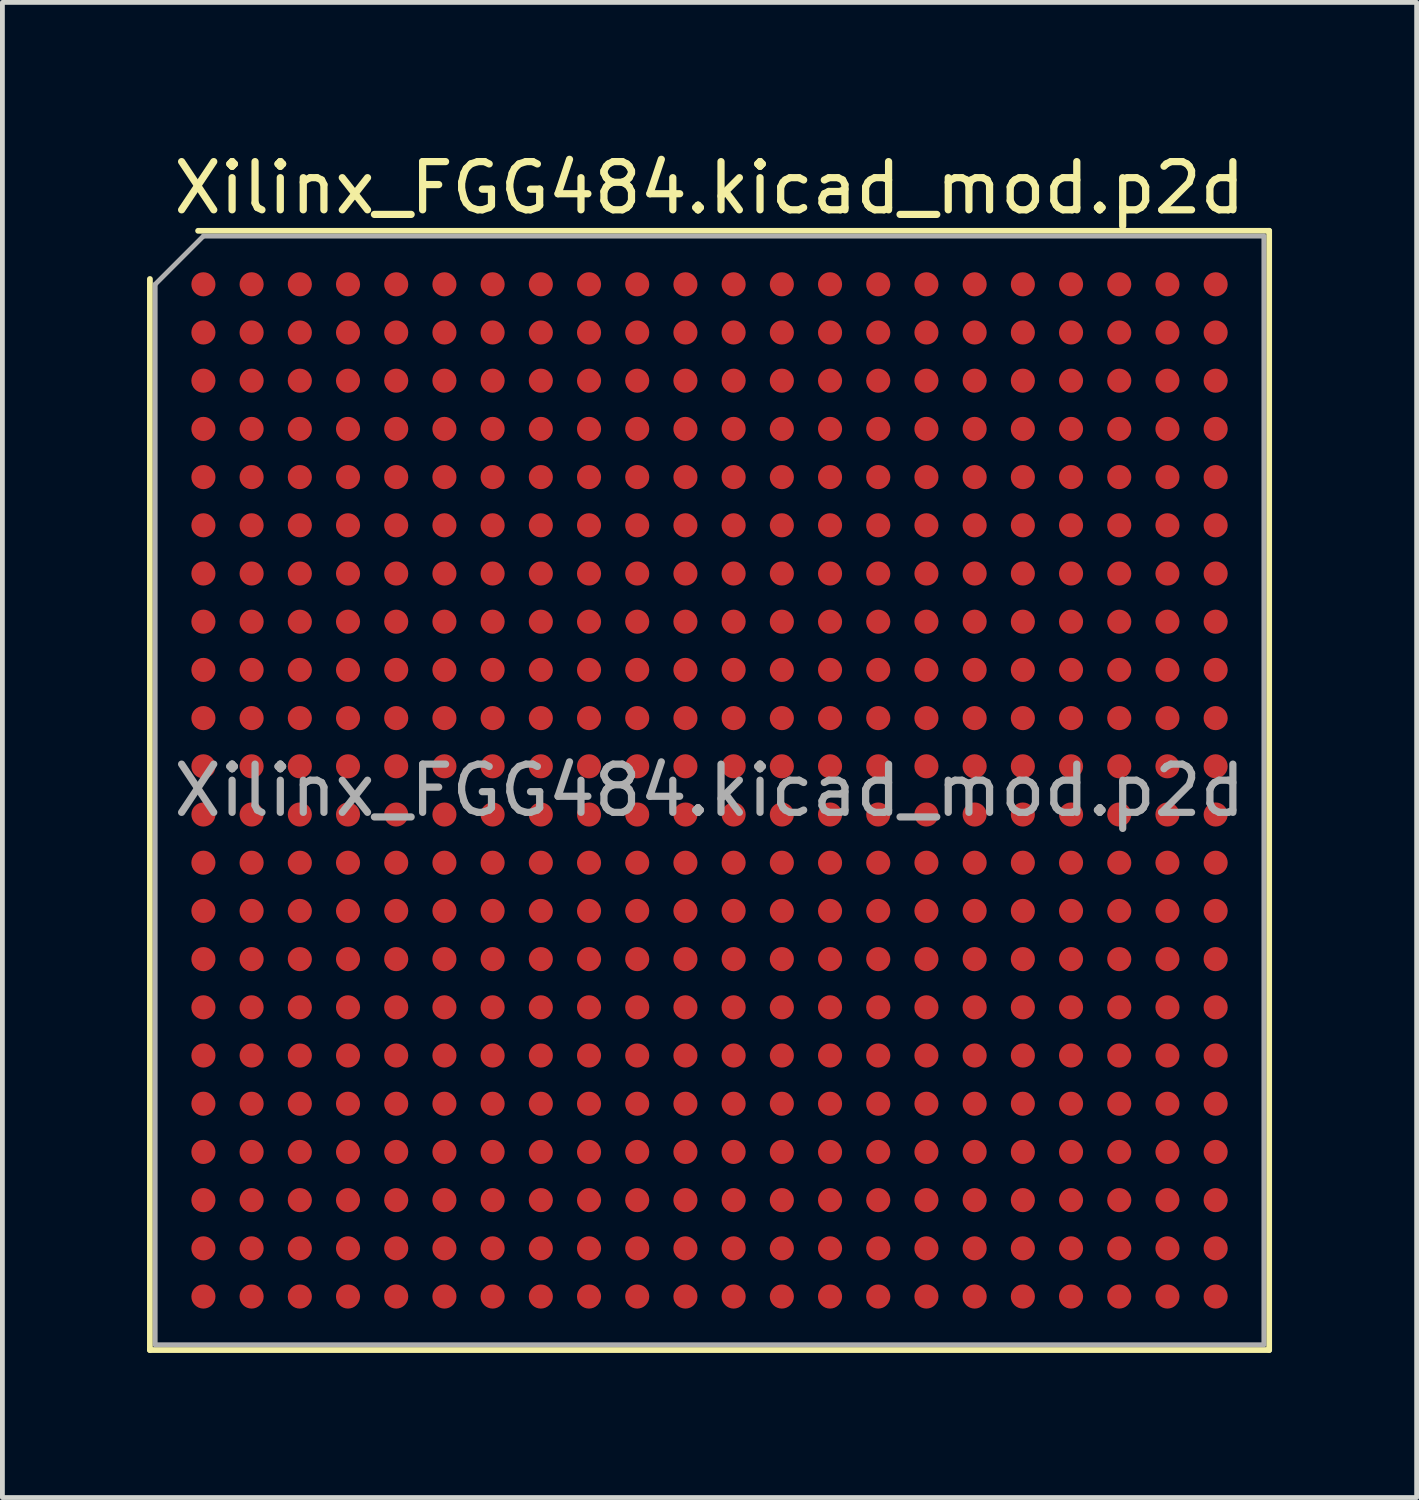
<source format=kicad_pcb>
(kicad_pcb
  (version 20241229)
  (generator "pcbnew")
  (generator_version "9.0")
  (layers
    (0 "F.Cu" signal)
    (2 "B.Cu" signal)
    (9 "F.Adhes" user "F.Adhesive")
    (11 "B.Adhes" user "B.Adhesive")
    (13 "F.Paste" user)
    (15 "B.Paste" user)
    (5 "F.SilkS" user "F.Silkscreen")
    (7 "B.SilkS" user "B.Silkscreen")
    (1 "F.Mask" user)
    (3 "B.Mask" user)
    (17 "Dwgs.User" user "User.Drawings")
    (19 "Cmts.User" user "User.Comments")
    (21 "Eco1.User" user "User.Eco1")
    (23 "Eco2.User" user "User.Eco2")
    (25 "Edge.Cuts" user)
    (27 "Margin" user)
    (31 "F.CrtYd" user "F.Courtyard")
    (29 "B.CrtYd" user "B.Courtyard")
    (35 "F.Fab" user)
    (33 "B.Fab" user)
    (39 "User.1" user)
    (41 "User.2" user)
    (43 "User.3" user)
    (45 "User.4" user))
  (footprint "Xilinx_FGG484.kicad_mod.p2d"
    (layer "F.Cu")
    (at 11.67 13.348)
    (property "Reference" "Xilinx_FGG484.kicad_mod.p2d" (at 0 -12.5 0) (layer "F.SilkS") (effects (font (size 1 1) (thickness 0.15))))
    (attr smd)
    (fp_line (start -11.61 11.61) (end -11.61 -10.61) (stroke (width 0.12) (type solid)) (layer "F.SilkS"))
    (fp_line (start -10.61 -11.61) (end 11.61 -11.61) (stroke (width 0.12) (type solid)) (layer "F.SilkS"))
    (fp_line (start 11.61 -11.61) (end 11.61 11.61) (stroke (width 0.12) (type solid)) (layer "F.SilkS"))
    (fp_line (start 11.61 11.61) (end -11.61 11.61) (stroke (width 0.12) (type solid)) (layer "F.SilkS"))
    (fp_line (start -11.5 -10.5) (end -10.5 -11.5) (stroke (width 0.1) (type solid)) (layer "F.Fab"))
    (fp_line (start -11.5 11.5) (end -11.5 -10.5) (stroke (width 0.1) (type solid)) (layer "F.Fab"))
    (fp_line (start -10.5 -11.5) (end 11.5 -11.5) (stroke (width 0.1) (type solid)) (layer "F.Fab"))
    (fp_line (start 11.5 -11.5) (end 11.5 11.5) (stroke (width 0.1) (type solid)) (layer "F.Fab"))
    (fp_line (start 11.5 11.5) (end -11.5 11.5) (stroke (width 0.1) (type solid)) (layer "F.Fab"))
    (fp_text user "${REFERENCE}" (at 0 0 0) (layer "F.Fab") (effects (font (size 1 1) (thickness 0.15))))
    (pad "A1" smd circle (at -10.5 -10.5) (size 0.5 0.5) (layers "F.Cu" "F.Mask" "F.Paste"))
    (pad "A2" smd circle (at -9.5 -10.5) (size 0.5 0.5) (layers "F.Cu" "F.Mask" "F.Paste"))
    (pad "A3" smd circle (at -8.5 -10.5) (size 0.5 0.5) (layers "F.Cu" "F.Mask" "F.Paste"))
    (pad "A4" smd circle (at -7.5 -10.5) (size 0.5 0.5) (layers "F.Cu" "F.Mask" "F.Paste"))
    (pad "A5" smd circle (at -6.5 -10.5) (size 0.5 0.5) (layers "F.Cu" "F.Mask" "F.Paste"))
    (pad "A6" smd circle (at -5.5 -10.5) (size 0.5 0.5) (layers "F.Cu" "F.Mask" "F.Paste"))
    (pad "A7" smd circle (at -4.5 -10.5) (size 0.5 0.5) (layers "F.Cu" "F.Mask" "F.Paste"))
    (pad "A8" smd circle (at -3.5 -10.5) (size 0.5 0.5) (layers "F.Cu" "F.Mask" "F.Paste"))
    (pad "A9" smd circle (at -2.5 -10.5) (size 0.5 0.5) (layers "F.Cu" "F.Mask" "F.Paste"))
    (pad "A10" smd circle (at -1.5 -10.5) (size 0.5 0.5) (layers "F.Cu" "F.Mask" "F.Paste"))
    (pad "A11" smd circle (at -0.5 -10.5) (size 0.5 0.5) (layers "F.Cu" "F.Mask" "F.Paste"))
    (pad "A12" smd circle (at 0.5 -10.5) (size 0.5 0.5) (layers "F.Cu" "F.Mask" "F.Paste"))
    (pad "A13" smd circle (at 1.5 -10.5) (size 0.5 0.5) (layers "F.Cu" "F.Mask" "F.Paste"))
    (pad "A14" smd circle (at 2.5 -10.5) (size 0.5 0.5) (layers "F.Cu" "F.Mask" "F.Paste"))
    (pad "A15" smd circle (at 3.5 -10.5) (size 0.5 0.5) (layers "F.Cu" "F.Mask" "F.Paste"))
    (pad "A16" smd circle (at 4.5 -10.5) (size 0.5 0.5) (layers "F.Cu" "F.Mask" "F.Paste"))
    (pad "A17" smd circle (at 5.5 -10.5) (size 0.5 0.5) (layers "F.Cu" "F.Mask" "F.Paste"))
    (pad "A18" smd circle (at 6.5 -10.5) (size 0.5 0.5) (layers "F.Cu" "F.Mask" "F.Paste"))
    (pad "A19" smd circle (at 7.5 -10.5) (size 0.5 0.5) (layers "F.Cu" "F.Mask" "F.Paste"))
    (pad "A20" smd circle (at 8.5 -10.5) (size 0.5 0.5) (layers "F.Cu" "F.Mask" "F.Paste"))
    (pad "A21" smd circle (at 9.5 -10.5) (size 0.5 0.5) (layers "F.Cu" "F.Mask" "F.Paste"))
    (pad "A22" smd circle (at 10.5 -10.5) (size 0.5 0.5) (layers "F.Cu" "F.Mask" "F.Paste"))
    (pad "AA1" smd circle (at -10.5 9.5) (size 0.5 0.5) (layers "F.Cu" "F.Mask" "F.Paste"))
    (pad "AA2" smd circle (at -9.5 9.5) (size 0.5 0.5) (layers "F.Cu" "F.Mask" "F.Paste"))
    (pad "AA3" smd circle (at -8.5 9.5) (size 0.5 0.5) (layers "F.Cu" "F.Mask" "F.Paste"))
    (pad "AA4" smd circle (at -7.5 9.5) (size 0.5 0.5) (layers "F.Cu" "F.Mask" "F.Paste"))
    (pad "AA5" smd circle (at -6.5 9.5) (size 0.5 0.5) (layers "F.Cu" "F.Mask" "F.Paste"))
    (pad "AA6" smd circle (at -5.5 9.5) (size 0.5 0.5) (layers "F.Cu" "F.Mask" "F.Paste"))
    (pad "AA7" smd circle (at -4.5 9.5) (size 0.5 0.5) (layers "F.Cu" "F.Mask" "F.Paste"))
    (pad "AA8" smd circle (at -3.5 9.5) (size 0.5 0.5) (layers "F.Cu" "F.Mask" "F.Paste"))
    (pad "AA9" smd circle (at -2.5 9.5) (size 0.5 0.5) (layers "F.Cu" "F.Mask" "F.Paste"))
    (pad "AA10" smd circle (at -1.5 9.5) (size 0.5 0.5) (layers "F.Cu" "F.Mask" "F.Paste"))
    (pad "AA11" smd circle (at -0.5 9.5) (size 0.5 0.5) (layers "F.Cu" "F.Mask" "F.Paste"))
    (pad "AA12" smd circle (at 0.5 9.5) (size 0.5 0.5) (layers "F.Cu" "F.Mask" "F.Paste"))
    (pad "AA13" smd circle (at 1.5 9.5) (size 0.5 0.5) (layers "F.Cu" "F.Mask" "F.Paste"))
    (pad "AA14" smd circle (at 2.5 9.5) (size 0.5 0.5) (layers "F.Cu" "F.Mask" "F.Paste"))
    (pad "AA15" smd circle (at 3.5 9.5) (size 0.5 0.5) (layers "F.Cu" "F.Mask" "F.Paste"))
    (pad "AA16" smd circle (at 4.5 9.5) (size 0.5 0.5) (layers "F.Cu" "F.Mask" "F.Paste"))
    (pad "AA17" smd circle (at 5.5 9.5) (size 0.5 0.5) (layers "F.Cu" "F.Mask" "F.Paste"))
    (pad "AA18" smd circle (at 6.5 9.5) (size 0.5 0.5) (layers "F.Cu" "F.Mask" "F.Paste"))
    (pad "AA19" smd circle (at 7.5 9.5) (size 0.5 0.5) (layers "F.Cu" "F.Mask" "F.Paste"))
    (pad "AA20" smd circle (at 8.5 9.5) (size 0.5 0.5) (layers "F.Cu" "F.Mask" "F.Paste"))
    (pad "AA21" smd circle (at 9.5 9.5) (size 0.5 0.5) (layers "F.Cu" "F.Mask" "F.Paste"))
    (pad "AA22" smd circle (at 10.5 9.5) (size 0.5 0.5) (layers "F.Cu" "F.Mask" "F.Paste"))
    (pad "AB1" smd circle (at -10.5 10.5) (size 0.5 0.5) (layers "F.Cu" "F.Mask" "F.Paste"))
    (pad "AB2" smd circle (at -9.5 10.5) (size 0.5 0.5) (layers "F.Cu" "F.Mask" "F.Paste"))
    (pad "AB3" smd circle (at -8.5 10.5) (size 0.5 0.5) (layers "F.Cu" "F.Mask" "F.Paste"))
    (pad "AB4" smd circle (at -7.5 10.5) (size 0.5 0.5) (layers "F.Cu" "F.Mask" "F.Paste"))
    (pad "AB5" smd circle (at -6.5 10.5) (size 0.5 0.5) (layers "F.Cu" "F.Mask" "F.Paste"))
    (pad "AB6" smd circle (at -5.5 10.5) (size 0.5 0.5) (layers "F.Cu" "F.Mask" "F.Paste"))
    (pad "AB7" smd circle (at -4.5 10.5) (size 0.5 0.5) (layers "F.Cu" "F.Mask" "F.Paste"))
    (pad "AB8" smd circle (at -3.5 10.5) (size 0.5 0.5) (layers "F.Cu" "F.Mask" "F.Paste"))
    (pad "AB9" smd circle (at -2.5 10.5) (size 0.5 0.5) (layers "F.Cu" "F.Mask" "F.Paste"))
    (pad "AB10" smd circle (at -1.5 10.5) (size 0.5 0.5) (layers "F.Cu" "F.Mask" "F.Paste"))
    (pad "AB11" smd circle (at -0.5 10.5) (size 0.5 0.5) (layers "F.Cu" "F.Mask" "F.Paste"))
    (pad "AB12" smd circle (at 0.5 10.5) (size 0.5 0.5) (layers "F.Cu" "F.Mask" "F.Paste"))
    (pad "AB13" smd circle (at 1.5 10.5) (size 0.5 0.5) (layers "F.Cu" "F.Mask" "F.Paste"))
    (pad "AB14" smd circle (at 2.5 10.5) (size 0.5 0.5) (layers "F.Cu" "F.Mask" "F.Paste"))
    (pad "AB15" smd circle (at 3.5 10.5) (size 0.5 0.5) (layers "F.Cu" "F.Mask" "F.Paste"))
    (pad "AB16" smd circle (at 4.5 10.5) (size 0.5 0.5) (layers "F.Cu" "F.Mask" "F.Paste"))
    (pad "AB17" smd circle (at 5.5 10.5) (size 0.5 0.5) (layers "F.Cu" "F.Mask" "F.Paste"))
    (pad "AB18" smd circle (at 6.5 10.5) (size 0.5 0.5) (layers "F.Cu" "F.Mask" "F.Paste"))
    (pad "AB19" smd circle (at 7.5 10.5) (size 0.5 0.5) (layers "F.Cu" "F.Mask" "F.Paste"))
    (pad "AB20" smd circle (at 8.5 10.5) (size 0.5 0.5) (layers "F.Cu" "F.Mask" "F.Paste"))
    (pad "AB21" smd circle (at 9.5 10.5) (size 0.5 0.5) (layers "F.Cu" "F.Mask" "F.Paste"))
    (pad "AB22" smd circle (at 10.5 10.5) (size 0.5 0.5) (layers "F.Cu" "F.Mask" "F.Paste"))
    (pad "B1" smd circle (at -10.5 -9.5) (size 0.5 0.5) (layers "F.Cu" "F.Mask" "F.Paste"))
    (pad "B2" smd circle (at -9.5 -9.5) (size 0.5 0.5) (layers "F.Cu" "F.Mask" "F.Paste"))
    (pad "B3" smd circle (at -8.5 -9.5) (size 0.5 0.5) (layers "F.Cu" "F.Mask" "F.Paste"))
    (pad "B4" smd circle (at -7.5 -9.5) (size 0.5 0.5) (layers "F.Cu" "F.Mask" "F.Paste"))
    (pad "B5" smd circle (at -6.5 -9.5) (size 0.5 0.5) (layers "F.Cu" "F.Mask" "F.Paste"))
    (pad "B6" smd circle (at -5.5 -9.5) (size 0.5 0.5) (layers "F.Cu" "F.Mask" "F.Paste"))
    (pad "B7" smd circle (at -4.5 -9.5) (size 0.5 0.5) (layers "F.Cu" "F.Mask" "F.Paste"))
    (pad "B8" smd circle (at -3.5 -9.5) (size 0.5 0.5) (layers "F.Cu" "F.Mask" "F.Paste"))
    (pad "B9" smd circle (at -2.5 -9.5) (size 0.5 0.5) (layers "F.Cu" "F.Mask" "F.Paste"))
    (pad "B10" smd circle (at -1.5 -9.5) (size 0.5 0.5) (layers "F.Cu" "F.Mask" "F.Paste"))
    (pad "B11" smd circle (at -0.5 -9.5) (size 0.5 0.5) (layers "F.Cu" "F.Mask" "F.Paste"))
    (pad "B12" smd circle (at 0.5 -9.5) (size 0.5 0.5) (layers "F.Cu" "F.Mask" "F.Paste"))
    (pad "B13" smd circle (at 1.5 -9.5) (size 0.5 0.5) (layers "F.Cu" "F.Mask" "F.Paste"))
    (pad "B14" smd circle (at 2.5 -9.5) (size 0.5 0.5) (layers "F.Cu" "F.Mask" "F.Paste"))
    (pad "B15" smd circle (at 3.5 -9.5) (size 0.5 0.5) (layers "F.Cu" "F.Mask" "F.Paste"))
    (pad "B16" smd circle (at 4.5 -9.5) (size 0.5 0.5) (layers "F.Cu" "F.Mask" "F.Paste"))
    (pad "B17" smd circle (at 5.5 -9.5) (size 0.5 0.5) (layers "F.Cu" "F.Mask" "F.Paste"))
    (pad "B18" smd circle (at 6.5 -9.5) (size 0.5 0.5) (layers "F.Cu" "F.Mask" "F.Paste"))
    (pad "B19" smd circle (at 7.5 -9.5) (size 0.5 0.5) (layers "F.Cu" "F.Mask" "F.Paste"))
    (pad "B20" smd circle (at 8.5 -9.5) (size 0.5 0.5) (layers "F.Cu" "F.Mask" "F.Paste"))
    (pad "B21" smd circle (at 9.5 -9.5) (size 0.5 0.5) (layers "F.Cu" "F.Mask" "F.Paste"))
    (pad "B22" smd circle (at 10.5 -9.5) (size 0.5 0.5) (layers "F.Cu" "F.Mask" "F.Paste"))
    (pad "C1" smd circle (at -10.5 -8.5) (size 0.5 0.5) (layers "F.Cu" "F.Mask" "F.Paste"))
    (pad "C2" smd circle (at -9.5 -8.5) (size 0.5 0.5) (layers "F.Cu" "F.Mask" "F.Paste"))
    (pad "C3" smd circle (at -8.5 -8.5) (size 0.5 0.5) (layers "F.Cu" "F.Mask" "F.Paste"))
    (pad "C4" smd circle (at -7.5 -8.5) (size 0.5 0.5) (layers "F.Cu" "F.Mask" "F.Paste"))
    (pad "C5" smd circle (at -6.5 -8.5) (size 0.5 0.5) (layers "F.Cu" "F.Mask" "F.Paste"))
    (pad "C6" smd circle (at -5.5 -8.5) (size 0.5 0.5) (layers "F.Cu" "F.Mask" "F.Paste"))
    (pad "C7" smd circle (at -4.5 -8.5) (size 0.5 0.5) (layers "F.Cu" "F.Mask" "F.Paste"))
    (pad "C8" smd circle (at -3.5 -8.5) (size 0.5 0.5) (layers "F.Cu" "F.Mask" "F.Paste"))
    (pad "C9" smd circle (at -2.5 -8.5) (size 0.5 0.5) (layers "F.Cu" "F.Mask" "F.Paste"))
    (pad "C10" smd circle (at -1.5 -8.5) (size 0.5 0.5) (layers "F.Cu" "F.Mask" "F.Paste"))
    (pad "C11" smd circle (at -0.5 -8.5) (size 0.5 0.5) (layers "F.Cu" "F.Mask" "F.Paste"))
    (pad "C12" smd circle (at 0.5 -8.5) (size 0.5 0.5) (layers "F.Cu" "F.Mask" "F.Paste"))
    (pad "C13" smd circle (at 1.5 -8.5) (size 0.5 0.5) (layers "F.Cu" "F.Mask" "F.Paste"))
    (pad "C14" smd circle (at 2.5 -8.5) (size 0.5 0.5) (layers "F.Cu" "F.Mask" "F.Paste"))
    (pad "C15" smd circle (at 3.5 -8.5) (size 0.5 0.5) (layers "F.Cu" "F.Mask" "F.Paste"))
    (pad "C16" smd circle (at 4.5 -8.5) (size 0.5 0.5) (layers "F.Cu" "F.Mask" "F.Paste"))
    (pad "C17" smd circle (at 5.5 -8.5) (size 0.5 0.5) (layers "F.Cu" "F.Mask" "F.Paste"))
    (pad "C18" smd circle (at 6.5 -8.5) (size 0.5 0.5) (layers "F.Cu" "F.Mask" "F.Paste"))
    (pad "C19" smd circle (at 7.5 -8.5) (size 0.5 0.5) (layers "F.Cu" "F.Mask" "F.Paste"))
    (pad "C20" smd circle (at 8.5 -8.5) (size 0.5 0.5) (layers "F.Cu" "F.Mask" "F.Paste"))
    (pad "C21" smd circle (at 9.5 -8.5) (size 0.5 0.5) (layers "F.Cu" "F.Mask" "F.Paste"))
    (pad "C22" smd circle (at 10.5 -8.5) (size 0.5 0.5) (layers "F.Cu" "F.Mask" "F.Paste"))
    (pad "D1" smd circle (at -10.5 -7.5) (size 0.5 0.5) (layers "F.Cu" "F.Mask" "F.Paste"))
    (pad "D2" smd circle (at -9.5 -7.5) (size 0.5 0.5) (layers "F.Cu" "F.Mask" "F.Paste"))
    (pad "D3" smd circle (at -8.5 -7.5) (size 0.5 0.5) (layers "F.Cu" "F.Mask" "F.Paste"))
    (pad "D4" smd circle (at -7.5 -7.5) (size 0.5 0.5) (layers "F.Cu" "F.Mask" "F.Paste"))
    (pad "D5" smd circle (at -6.5 -7.5) (size 0.5 0.5) (layers "F.Cu" "F.Mask" "F.Paste"))
    (pad "D6" smd circle (at -5.5 -7.5) (size 0.5 0.5) (layers "F.Cu" "F.Mask" "F.Paste"))
    (pad "D7" smd circle (at -4.5 -7.5) (size 0.5 0.5) (layers "F.Cu" "F.Mask" "F.Paste"))
    (pad "D8" smd circle (at -3.5 -7.5) (size 0.5 0.5) (layers "F.Cu" "F.Mask" "F.Paste"))
    (pad "D9" smd circle (at -2.5 -7.5) (size 0.5 0.5) (layers "F.Cu" "F.Mask" "F.Paste"))
    (pad "D10" smd circle (at -1.5 -7.5) (size 0.5 0.5) (layers "F.Cu" "F.Mask" "F.Paste"))
    (pad "D11" smd circle (at -0.5 -7.5) (size 0.5 0.5) (layers "F.Cu" "F.Mask" "F.Paste"))
    (pad "D12" smd circle (at 0.5 -7.5) (size 0.5 0.5) (layers "F.Cu" "F.Mask" "F.Paste"))
    (pad "D13" smd circle (at 1.5 -7.5) (size 0.5 0.5) (layers "F.Cu" "F.Mask" "F.Paste"))
    (pad "D14" smd circle (at 2.5 -7.5) (size 0.5 0.5) (layers "F.Cu" "F.Mask" "F.Paste"))
    (pad "D15" smd circle (at 3.5 -7.5) (size 0.5 0.5) (layers "F.Cu" "F.Mask" "F.Paste"))
    (pad "D16" smd circle (at 4.5 -7.5) (size 0.5 0.5) (layers "F.Cu" "F.Mask" "F.Paste"))
    (pad "D17" smd circle (at 5.5 -7.5) (size 0.5 0.5) (layers "F.Cu" "F.Mask" "F.Paste"))
    (pad "D18" smd circle (at 6.5 -7.5) (size 0.5 0.5) (layers "F.Cu" "F.Mask" "F.Paste"))
    (pad "D19" smd circle (at 7.5 -7.5) (size 0.5 0.5) (layers "F.Cu" "F.Mask" "F.Paste"))
    (pad "D20" smd circle (at 8.5 -7.5) (size 0.5 0.5) (layers "F.Cu" "F.Mask" "F.Paste"))
    (pad "D21" smd circle (at 9.5 -7.5) (size 0.5 0.5) (layers "F.Cu" "F.Mask" "F.Paste"))
    (pad "D22" smd circle (at 10.5 -7.5) (size 0.5 0.5) (layers "F.Cu" "F.Mask" "F.Paste"))
    (pad "E1" smd circle (at -10.5 -6.5) (size 0.5 0.5) (layers "F.Cu" "F.Mask" "F.Paste"))
    (pad "E2" smd circle (at -9.5 -6.5) (size 0.5 0.5) (layers "F.Cu" "F.Mask" "F.Paste"))
    (pad "E3" smd circle (at -8.5 -6.5) (size 0.5 0.5) (layers "F.Cu" "F.Mask" "F.Paste"))
    (pad "E4" smd circle (at -7.5 -6.5) (size 0.5 0.5) (layers "F.Cu" "F.Mask" "F.Paste"))
    (pad "E5" smd circle (at -6.5 -6.5) (size 0.5 0.5) (layers "F.Cu" "F.Mask" "F.Paste"))
    (pad "E6" smd circle (at -5.5 -6.5) (size 0.5 0.5) (layers "F.Cu" "F.Mask" "F.Paste"))
    (pad "E7" smd circle (at -4.5 -6.5) (size 0.5 0.5) (layers "F.Cu" "F.Mask" "F.Paste"))
    (pad "E8" smd circle (at -3.5 -6.5) (size 0.5 0.5) (layers "F.Cu" "F.Mask" "F.Paste"))
    (pad "E9" smd circle (at -2.5 -6.5) (size 0.5 0.5) (layers "F.Cu" "F.Mask" "F.Paste"))
    (pad "E10" smd circle (at -1.5 -6.5) (size 0.5 0.5) (layers "F.Cu" "F.Mask" "F.Paste"))
    (pad "E11" smd circle (at -0.5 -6.5) (size 0.5 0.5) (layers "F.Cu" "F.Mask" "F.Paste"))
    (pad "E12" smd circle (at 0.5 -6.5) (size 0.5 0.5) (layers "F.Cu" "F.Mask" "F.Paste"))
    (pad "E13" smd circle (at 1.5 -6.5) (size 0.5 0.5) (layers "F.Cu" "F.Mask" "F.Paste"))
    (pad "E14" smd circle (at 2.5 -6.5) (size 0.5 0.5) (layers "F.Cu" "F.Mask" "F.Paste"))
    (pad "E15" smd circle (at 3.5 -6.5) (size 0.5 0.5) (layers "F.Cu" "F.Mask" "F.Paste"))
    (pad "E16" smd circle (at 4.5 -6.5) (size 0.5 0.5) (layers "F.Cu" "F.Mask" "F.Paste"))
    (pad "E17" smd circle (at 5.5 -6.5) (size 0.5 0.5) (layers "F.Cu" "F.Mask" "F.Paste"))
    (pad "E18" smd circle (at 6.5 -6.5) (size 0.5 0.5) (layers "F.Cu" "F.Mask" "F.Paste"))
    (pad "E19" smd circle (at 7.5 -6.5) (size 0.5 0.5) (layers "F.Cu" "F.Mask" "F.Paste"))
    (pad "E20" smd circle (at 8.5 -6.5) (size 0.5 0.5) (layers "F.Cu" "F.Mask" "F.Paste"))
    (pad "E21" smd circle (at 9.5 -6.5) (size 0.5 0.5) (layers "F.Cu" "F.Mask" "F.Paste"))
    (pad "E22" smd circle (at 10.5 -6.5) (size 0.5 0.5) (layers "F.Cu" "F.Mask" "F.Paste"))
    (pad "F1" smd circle (at -10.5 -5.5) (size 0.5 0.5) (layers "F.Cu" "F.Mask" "F.Paste"))
    (pad "F2" smd circle (at -9.5 -5.5) (size 0.5 0.5) (layers "F.Cu" "F.Mask" "F.Paste"))
    (pad "F3" smd circle (at -8.5 -5.5) (size 0.5 0.5) (layers "F.Cu" "F.Mask" "F.Paste"))
    (pad "F4" smd circle (at -7.5 -5.5) (size 0.5 0.5) (layers "F.Cu" "F.Mask" "F.Paste"))
    (pad "F5" smd circle (at -6.5 -5.5) (size 0.5 0.5) (layers "F.Cu" "F.Mask" "F.Paste"))
    (pad "F6" smd circle (at -5.5 -5.5) (size 0.5 0.5) (layers "F.Cu" "F.Mask" "F.Paste"))
    (pad "F7" smd circle (at -4.5 -5.5) (size 0.5 0.5) (layers "F.Cu" "F.Mask" "F.Paste"))
    (pad "F8" smd circle (at -3.5 -5.5) (size 0.5 0.5) (layers "F.Cu" "F.Mask" "F.Paste"))
    (pad "F9" smd circle (at -2.5 -5.5) (size 0.5 0.5) (layers "F.Cu" "F.Mask" "F.Paste"))
    (pad "F10" smd circle (at -1.5 -5.5) (size 0.5 0.5) (layers "F.Cu" "F.Mask" "F.Paste"))
    (pad "F11" smd circle (at -0.5 -5.5) (size 0.5 0.5) (layers "F.Cu" "F.Mask" "F.Paste"))
    (pad "F12" smd circle (at 0.5 -5.5) (size 0.5 0.5) (layers "F.Cu" "F.Mask" "F.Paste"))
    (pad "F13" smd circle (at 1.5 -5.5) (size 0.5 0.5) (layers "F.Cu" "F.Mask" "F.Paste"))
    (pad "F14" smd circle (at 2.5 -5.5) (size 0.5 0.5) (layers "F.Cu" "F.Mask" "F.Paste"))
    (pad "F15" smd circle (at 3.5 -5.5) (size 0.5 0.5) (layers "F.Cu" "F.Mask" "F.Paste"))
    (pad "F16" smd circle (at 4.5 -5.5) (size 0.5 0.5) (layers "F.Cu" "F.Mask" "F.Paste"))
    (pad "F17" smd circle (at 5.5 -5.5) (size 0.5 0.5) (layers "F.Cu" "F.Mask" "F.Paste"))
    (pad "F18" smd circle (at 6.5 -5.5) (size 0.5 0.5) (layers "F.Cu" "F.Mask" "F.Paste"))
    (pad "F19" smd circle (at 7.5 -5.5) (size 0.5 0.5) (layers "F.Cu" "F.Mask" "F.Paste"))
    (pad "F20" smd circle (at 8.5 -5.5) (size 0.5 0.5) (layers "F.Cu" "F.Mask" "F.Paste"))
    (pad "F21" smd circle (at 9.5 -5.5) (size 0.5 0.5) (layers "F.Cu" "F.Mask" "F.Paste"))
    (pad "F22" smd circle (at 10.5 -5.5) (size 0.5 0.5) (layers "F.Cu" "F.Mask" "F.Paste"))
    (pad "G1" smd circle (at -10.5 -4.5) (size 0.5 0.5) (layers "F.Cu" "F.Mask" "F.Paste"))
    (pad "G2" smd circle (at -9.5 -4.5) (size 0.5 0.5) (layers "F.Cu" "F.Mask" "F.Paste"))
    (pad "G3" smd circle (at -8.5 -4.5) (size 0.5 0.5) (layers "F.Cu" "F.Mask" "F.Paste"))
    (pad "G4" smd circle (at -7.5 -4.5) (size 0.5 0.5) (layers "F.Cu" "F.Mask" "F.Paste"))
    (pad "G5" smd circle (at -6.5 -4.5) (size 0.5 0.5) (layers "F.Cu" "F.Mask" "F.Paste"))
    (pad "G6" smd circle (at -5.5 -4.5) (size 0.5 0.5) (layers "F.Cu" "F.Mask" "F.Paste"))
    (pad "G7" smd circle (at -4.5 -4.5) (size 0.5 0.5) (layers "F.Cu" "F.Mask" "F.Paste"))
    (pad "G8" smd circle (at -3.5 -4.5) (size 0.5 0.5) (layers "F.Cu" "F.Mask" "F.Paste"))
    (pad "G9" smd circle (at -2.5 -4.5) (size 0.5 0.5) (layers "F.Cu" "F.Mask" "F.Paste"))
    (pad "G10" smd circle (at -1.5 -4.5) (size 0.5 0.5) (layers "F.Cu" "F.Mask" "F.Paste"))
    (pad "G11" smd circle (at -0.5 -4.5) (size 0.5 0.5) (layers "F.Cu" "F.Mask" "F.Paste"))
    (pad "G12" smd circle (at 0.5 -4.5) (size 0.5 0.5) (layers "F.Cu" "F.Mask" "F.Paste"))
    (pad "G13" smd circle (at 1.5 -4.5) (size 0.5 0.5) (layers "F.Cu" "F.Mask" "F.Paste"))
    (pad "G14" smd circle (at 2.5 -4.5) (size 0.5 0.5) (layers "F.Cu" "F.Mask" "F.Paste"))
    (pad "G15" smd circle (at 3.5 -4.5) (size 0.5 0.5) (layers "F.Cu" "F.Mask" "F.Paste"))
    (pad "G16" smd circle (at 4.5 -4.5) (size 0.5 0.5) (layers "F.Cu" "F.Mask" "F.Paste"))
    (pad "G17" smd circle (at 5.5 -4.5) (size 0.5 0.5) (layers "F.Cu" "F.Mask" "F.Paste"))
    (pad "G18" smd circle (at 6.5 -4.5) (size 0.5 0.5) (layers "F.Cu" "F.Mask" "F.Paste"))
    (pad "G19" smd circle (at 7.5 -4.5) (size 0.5 0.5) (layers "F.Cu" "F.Mask" "F.Paste"))
    (pad "G20" smd circle (at 8.5 -4.5) (size 0.5 0.5) (layers "F.Cu" "F.Mask" "F.Paste"))
    (pad "G21" smd circle (at 9.5 -4.5) (size 0.5 0.5) (layers "F.Cu" "F.Mask" "F.Paste"))
    (pad "G22" smd circle (at 10.5 -4.5) (size 0.5 0.5) (layers "F.Cu" "F.Mask" "F.Paste"))
    (pad "H1" smd circle (at -10.5 -3.5) (size 0.5 0.5) (layers "F.Cu" "F.Mask" "F.Paste"))
    (pad "H2" smd circle (at -9.5 -3.5) (size 0.5 0.5) (layers "F.Cu" "F.Mask" "F.Paste"))
    (pad "H3" smd circle (at -8.5 -3.5) (size 0.5 0.5) (layers "F.Cu" "F.Mask" "F.Paste"))
    (pad "H4" smd circle (at -7.5 -3.5) (size 0.5 0.5) (layers "F.Cu" "F.Mask" "F.Paste"))
    (pad "H5" smd circle (at -6.5 -3.5) (size 0.5 0.5) (layers "F.Cu" "F.Mask" "F.Paste"))
    (pad "H6" smd circle (at -5.5 -3.5) (size 0.5 0.5) (layers "F.Cu" "F.Mask" "F.Paste"))
    (pad "H7" smd circle (at -4.5 -3.5) (size 0.5 0.5) (layers "F.Cu" "F.Mask" "F.Paste"))
    (pad "H8" smd circle (at -3.5 -3.5) (size 0.5 0.5) (layers "F.Cu" "F.Mask" "F.Paste"))
    (pad "H9" smd circle (at -2.5 -3.5) (size 0.5 0.5) (layers "F.Cu" "F.Mask" "F.Paste"))
    (pad "H10" smd circle (at -1.5 -3.5) (size 0.5 0.5) (layers "F.Cu" "F.Mask" "F.Paste"))
    (pad "H11" smd circle (at -0.5 -3.5) (size 0.5 0.5) (layers "F.Cu" "F.Mask" "F.Paste"))
    (pad "H12" smd circle (at 0.5 -3.5) (size 0.5 0.5) (layers "F.Cu" "F.Mask" "F.Paste"))
    (pad "H13" smd circle (at 1.5 -3.5) (size 0.5 0.5) (layers "F.Cu" "F.Mask" "F.Paste"))
    (pad "H14" smd circle (at 2.5 -3.5) (size 0.5 0.5) (layers "F.Cu" "F.Mask" "F.Paste"))
    (pad "H15" smd circle (at 3.5 -3.5) (size 0.5 0.5) (layers "F.Cu" "F.Mask" "F.Paste"))
    (pad "H16" smd circle (at 4.5 -3.5) (size 0.5 0.5) (layers "F.Cu" "F.Mask" "F.Paste"))
    (pad "H17" smd circle (at 5.5 -3.5) (size 0.5 0.5) (layers "F.Cu" "F.Mask" "F.Paste"))
    (pad "H18" smd circle (at 6.5 -3.5) (size 0.5 0.5) (layers "F.Cu" "F.Mask" "F.Paste"))
    (pad "H19" smd circle (at 7.5 -3.5) (size 0.5 0.5) (layers "F.Cu" "F.Mask" "F.Paste"))
    (pad "H20" smd circle (at 8.5 -3.5) (size 0.5 0.5) (layers "F.Cu" "F.Mask" "F.Paste"))
    (pad "H21" smd circle (at 9.5 -3.5) (size 0.5 0.5) (layers "F.Cu" "F.Mask" "F.Paste"))
    (pad "H22" smd circle (at 10.5 -3.5) (size 0.5 0.5) (layers "F.Cu" "F.Mask" "F.Paste"))
    (pad "J1" smd circle (at -10.5 -2.5) (size 0.5 0.5) (layers "F.Cu" "F.Mask" "F.Paste"))
    (pad "J2" smd circle (at -9.5 -2.5) (size 0.5 0.5) (layers "F.Cu" "F.Mask" "F.Paste"))
    (pad "J3" smd circle (at -8.5 -2.5) (size 0.5 0.5) (layers "F.Cu" "F.Mask" "F.Paste"))
    (pad "J4" smd circle (at -7.5 -2.5) (size 0.5 0.5) (layers "F.Cu" "F.Mask" "F.Paste"))
    (pad "J5" smd circle (at -6.5 -2.5) (size 0.5 0.5) (layers "F.Cu" "F.Mask" "F.Paste"))
    (pad "J6" smd circle (at -5.5 -2.5) (size 0.5 0.5) (layers "F.Cu" "F.Mask" "F.Paste"))
    (pad "J7" smd circle (at -4.5 -2.5) (size 0.5 0.5) (layers "F.Cu" "F.Mask" "F.Paste"))
    (pad "J8" smd circle (at -3.5 -2.5) (size 0.5 0.5) (layers "F.Cu" "F.Mask" "F.Paste"))
    (pad "J9" smd circle (at -2.5 -2.5) (size 0.5 0.5) (layers "F.Cu" "F.Mask" "F.Paste"))
    (pad "J10" smd circle (at -1.5 -2.5) (size 0.5 0.5) (layers "F.Cu" "F.Mask" "F.Paste"))
    (pad "J11" smd circle (at -0.5 -2.5) (size 0.5 0.5) (layers "F.Cu" "F.Mask" "F.Paste"))
    (pad "J12" smd circle (at 0.5 -2.5) (size 0.5 0.5) (layers "F.Cu" "F.Mask" "F.Paste"))
    (pad "J13" smd circle (at 1.5 -2.5) (size 0.5 0.5) (layers "F.Cu" "F.Mask" "F.Paste"))
    (pad "J14" smd circle (at 2.5 -2.5) (size 0.5 0.5) (layers "F.Cu" "F.Mask" "F.Paste"))
    (pad "J15" smd circle (at 3.5 -2.5) (size 0.5 0.5) (layers "F.Cu" "F.Mask" "F.Paste"))
    (pad "J16" smd circle (at 4.5 -2.5) (size 0.5 0.5) (layers "F.Cu" "F.Mask" "F.Paste"))
    (pad "J17" smd circle (at 5.5 -2.5) (size 0.5 0.5) (layers "F.Cu" "F.Mask" "F.Paste"))
    (pad "J18" smd circle (at 6.5 -2.5) (size 0.5 0.5) (layers "F.Cu" "F.Mask" "F.Paste"))
    (pad "J19" smd circle (at 7.5 -2.5) (size 0.5 0.5) (layers "F.Cu" "F.Mask" "F.Paste"))
    (pad "J20" smd circle (at 8.5 -2.5) (size 0.5 0.5) (layers "F.Cu" "F.Mask" "F.Paste"))
    (pad "J21" smd circle (at 9.5 -2.5) (size 0.5 0.5) (layers "F.Cu" "F.Mask" "F.Paste"))
    (pad "J22" smd circle (at 10.5 -2.5) (size 0.5 0.5) (layers "F.Cu" "F.Mask" "F.Paste"))
    (pad "K1" smd circle (at -10.5 -1.5) (size 0.5 0.5) (layers "F.Cu" "F.Mask" "F.Paste"))
    (pad "K2" smd circle (at -9.5 -1.5) (size 0.5 0.5) (layers "F.Cu" "F.Mask" "F.Paste"))
    (pad "K3" smd circle (at -8.5 -1.5) (size 0.5 0.5) (layers "F.Cu" "F.Mask" "F.Paste"))
    (pad "K4" smd circle (at -7.5 -1.5) (size 0.5 0.5) (layers "F.Cu" "F.Mask" "F.Paste"))
    (pad "K5" smd circle (at -6.5 -1.5) (size 0.5 0.5) (layers "F.Cu" "F.Mask" "F.Paste"))
    (pad "K6" smd circle (at -5.5 -1.5) (size 0.5 0.5) (layers "F.Cu" "F.Mask" "F.Paste"))
    (pad "K7" smd circle (at -4.5 -1.5) (size 0.5 0.5) (layers "F.Cu" "F.Mask" "F.Paste"))
    (pad "K8" smd circle (at -3.5 -1.5) (size 0.5 0.5) (layers "F.Cu" "F.Mask" "F.Paste"))
    (pad "K9" smd circle (at -2.5 -1.5) (size 0.5 0.5) (layers "F.Cu" "F.Mask" "F.Paste"))
    (pad "K10" smd circle (at -1.5 -1.5) (size 0.5 0.5) (layers "F.Cu" "F.Mask" "F.Paste"))
    (pad "K11" smd circle (at -0.5 -1.5) (size 0.5 0.5) (layers "F.Cu" "F.Mask" "F.Paste"))
    (pad "K12" smd circle (at 0.5 -1.5) (size 0.5 0.5) (layers "F.Cu" "F.Mask" "F.Paste"))
    (pad "K13" smd circle (at 1.5 -1.5) (size 0.5 0.5) (layers "F.Cu" "F.Mask" "F.Paste"))
    (pad "K14" smd circle (at 2.5 -1.5) (size 0.5 0.5) (layers "F.Cu" "F.Mask" "F.Paste"))
    (pad "K15" smd circle (at 3.5 -1.5) (size 0.5 0.5) (layers "F.Cu" "F.Mask" "F.Paste"))
    (pad "K16" smd circle (at 4.5 -1.5) (size 0.5 0.5) (layers "F.Cu" "F.Mask" "F.Paste"))
    (pad "K17" smd circle (at 5.5 -1.5) (size 0.5 0.5) (layers "F.Cu" "F.Mask" "F.Paste"))
    (pad "K18" smd circle (at 6.5 -1.5) (size 0.5 0.5) (layers "F.Cu" "F.Mask" "F.Paste"))
    (pad "K19" smd circle (at 7.5 -1.5) (size 0.5 0.5) (layers "F.Cu" "F.Mask" "F.Paste"))
    (pad "K20" smd circle (at 8.5 -1.5) (size 0.5 0.5) (layers "F.Cu" "F.Mask" "F.Paste"))
    (pad "K21" smd circle (at 9.5 -1.5) (size 0.5 0.5) (layers "F.Cu" "F.Mask" "F.Paste"))
    (pad "K22" smd circle (at 10.5 -1.5) (size 0.5 0.5) (layers "F.Cu" "F.Mask" "F.Paste"))
    (pad "L1" smd circle (at -10.5 -0.5) (size 0.5 0.5) (layers "F.Cu" "F.Mask" "F.Paste"))
    (pad "L2" smd circle (at -9.5 -0.5) (size 0.5 0.5) (layers "F.Cu" "F.Mask" "F.Paste"))
    (pad "L3" smd circle (at -8.5 -0.5) (size 0.5 0.5) (layers "F.Cu" "F.Mask" "F.Paste"))
    (pad "L4" smd circle (at -7.5 -0.5) (size 0.5 0.5) (layers "F.Cu" "F.Mask" "F.Paste"))
    (pad "L5" smd circle (at -6.5 -0.5) (size 0.5 0.5) (layers "F.Cu" "F.Mask" "F.Paste"))
    (pad "L6" smd circle (at -5.5 -0.5) (size 0.5 0.5) (layers "F.Cu" "F.Mask" "F.Paste"))
    (pad "L7" smd circle (at -4.5 -0.5) (size 0.5 0.5) (layers "F.Cu" "F.Mask" "F.Paste"))
    (pad "L8" smd circle (at -3.5 -0.5) (size 0.5 0.5) (layers "F.Cu" "F.Mask" "F.Paste"))
    (pad "L9" smd circle (at -2.5 -0.5) (size 0.5 0.5) (layers "F.Cu" "F.Mask" "F.Paste"))
    (pad "L10" smd circle (at -1.5 -0.5) (size 0.5 0.5) (layers "F.Cu" "F.Mask" "F.Paste"))
    (pad "L11" smd circle (at -0.5 -0.5) (size 0.5 0.5) (layers "F.Cu" "F.Mask" "F.Paste"))
    (pad "L12" smd circle (at 0.5 -0.5) (size 0.5 0.5) (layers "F.Cu" "F.Mask" "F.Paste"))
    (pad "L13" smd circle (at 1.5 -0.5) (size 0.5 0.5) (layers "F.Cu" "F.Mask" "F.Paste"))
    (pad "L14" smd circle (at 2.5 -0.5) (size 0.5 0.5) (layers "F.Cu" "F.Mask" "F.Paste"))
    (pad "L15" smd circle (at 3.5 -0.5) (size 0.5 0.5) (layers "F.Cu" "F.Mask" "F.Paste"))
    (pad "L16" smd circle (at 4.5 -0.5) (size 0.5 0.5) (layers "F.Cu" "F.Mask" "F.Paste"))
    (pad "L17" smd circle (at 5.5 -0.5) (size 0.5 0.5) (layers "F.Cu" "F.Mask" "F.Paste"))
    (pad "L18" smd circle (at 6.5 -0.5) (size 0.5 0.5) (layers "F.Cu" "F.Mask" "F.Paste"))
    (pad "L19" smd circle (at 7.5 -0.5) (size 0.5 0.5) (layers "F.Cu" "F.Mask" "F.Paste"))
    (pad "L20" smd circle (at 8.5 -0.5) (size 0.5 0.5) (layers "F.Cu" "F.Mask" "F.Paste"))
    (pad "L21" smd circle (at 9.5 -0.5) (size 0.5 0.5) (layers "F.Cu" "F.Mask" "F.Paste"))
    (pad "L22" smd circle (at 10.5 -0.5) (size 0.5 0.5) (layers "F.Cu" "F.Mask" "F.Paste"))
    (pad "M1" smd circle (at -10.5 0.5) (size 0.5 0.5) (layers "F.Cu" "F.Mask" "F.Paste"))
    (pad "M2" smd circle (at -9.5 0.5) (size 0.5 0.5) (layers "F.Cu" "F.Mask" "F.Paste"))
    (pad "M3" smd circle (at -8.5 0.5) (size 0.5 0.5) (layers "F.Cu" "F.Mask" "F.Paste"))
    (pad "M4" smd circle (at -7.5 0.5) (size 0.5 0.5) (layers "F.Cu" "F.Mask" "F.Paste"))
    (pad "M5" smd circle (at -6.5 0.5) (size 0.5 0.5) (layers "F.Cu" "F.Mask" "F.Paste"))
    (pad "M6" smd circle (at -5.5 0.5) (size 0.5 0.5) (layers "F.Cu" "F.Mask" "F.Paste"))
    (pad "M7" smd circle (at -4.5 0.5) (size 0.5 0.5) (layers "F.Cu" "F.Mask" "F.Paste"))
    (pad "M8" smd circle (at -3.5 0.5) (size 0.5 0.5) (layers "F.Cu" "F.Mask" "F.Paste"))
    (pad "M9" smd circle (at -2.5 0.5) (size 0.5 0.5) (layers "F.Cu" "F.Mask" "F.Paste"))
    (pad "M10" smd circle (at -1.5 0.5) (size 0.5 0.5) (layers "F.Cu" "F.Mask" "F.Paste"))
    (pad "M11" smd circle (at -0.5 0.5) (size 0.5 0.5) (layers "F.Cu" "F.Mask" "F.Paste"))
    (pad "M12" smd circle (at 0.5 0.5) (size 0.5 0.5) (layers "F.Cu" "F.Mask" "F.Paste"))
    (pad "M13" smd circle (at 1.5 0.5) (size 0.5 0.5) (layers "F.Cu" "F.Mask" "F.Paste"))
    (pad "M14" smd circle (at 2.5 0.5) (size 0.5 0.5) (layers "F.Cu" "F.Mask" "F.Paste"))
    (pad "M15" smd circle (at 3.5 0.5) (size 0.5 0.5) (layers "F.Cu" "F.Mask" "F.Paste"))
    (pad "M16" smd circle (at 4.5 0.5) (size 0.5 0.5) (layers "F.Cu" "F.Mask" "F.Paste"))
    (pad "M17" smd circle (at 5.5 0.5) (size 0.5 0.5) (layers "F.Cu" "F.Mask" "F.Paste"))
    (pad "M18" smd circle (at 6.5 0.5) (size 0.5 0.5) (layers "F.Cu" "F.Mask" "F.Paste"))
    (pad "M19" smd circle (at 7.5 0.5) (size 0.5 0.5) (layers "F.Cu" "F.Mask" "F.Paste"))
    (pad "M20" smd circle (at 8.5 0.5) (size 0.5 0.5) (layers "F.Cu" "F.Mask" "F.Paste"))
    (pad "M21" smd circle (at 9.5 0.5) (size 0.5 0.5) (layers "F.Cu" "F.Mask" "F.Paste"))
    (pad "M22" smd circle (at 10.5 0.5) (size 0.5 0.5) (layers "F.Cu" "F.Mask" "F.Paste"))
    (pad "N1" smd circle (at -10.5 1.5) (size 0.5 0.5) (layers "F.Cu" "F.Mask" "F.Paste"))
    (pad "N2" smd circle (at -9.5 1.5) (size 0.5 0.5) (layers "F.Cu" "F.Mask" "F.Paste"))
    (pad "N3" smd circle (at -8.5 1.5) (size 0.5 0.5) (layers "F.Cu" "F.Mask" "F.Paste"))
    (pad "N4" smd circle (at -7.5 1.5) (size 0.5 0.5) (layers "F.Cu" "F.Mask" "F.Paste"))
    (pad "N5" smd circle (at -6.5 1.5) (size 0.5 0.5) (layers "F.Cu" "F.Mask" "F.Paste"))
    (pad "N6" smd circle (at -5.5 1.5) (size 0.5 0.5) (layers "F.Cu" "F.Mask" "F.Paste"))
    (pad "N7" smd circle (at -4.5 1.5) (size 0.5 0.5) (layers "F.Cu" "F.Mask" "F.Paste"))
    (pad "N8" smd circle (at -3.5 1.5) (size 0.5 0.5) (layers "F.Cu" "F.Mask" "F.Paste"))
    (pad "N9" smd circle (at -2.5 1.5) (size 0.5 0.5) (layers "F.Cu" "F.Mask" "F.Paste"))
    (pad "N10" smd circle (at -1.5 1.5) (size 0.5 0.5) (layers "F.Cu" "F.Mask" "F.Paste"))
    (pad "N11" smd circle (at -0.5 1.5) (size 0.5 0.5) (layers "F.Cu" "F.Mask" "F.Paste"))
    (pad "N12" smd circle (at 0.5 1.5) (size 0.5 0.5) (layers "F.Cu" "F.Mask" "F.Paste"))
    (pad "N13" smd circle (at 1.5 1.5) (size 0.5 0.5) (layers "F.Cu" "F.Mask" "F.Paste"))
    (pad "N14" smd circle (at 2.5 1.5) (size 0.5 0.5) (layers "F.Cu" "F.Mask" "F.Paste"))
    (pad "N15" smd circle (at 3.5 1.5) (size 0.5 0.5) (layers "F.Cu" "F.Mask" "F.Paste"))
    (pad "N16" smd circle (at 4.5 1.5) (size 0.5 0.5) (layers "F.Cu" "F.Mask" "F.Paste"))
    (pad "N17" smd circle (at 5.5 1.5) (size 0.5 0.5) (layers "F.Cu" "F.Mask" "F.Paste"))
    (pad "N18" smd circle (at 6.5 1.5) (size 0.5 0.5) (layers "F.Cu" "F.Mask" "F.Paste"))
    (pad "N19" smd circle (at 7.5 1.5) (size 0.5 0.5) (layers "F.Cu" "F.Mask" "F.Paste"))
    (pad "N20" smd circle (at 8.5 1.5) (size 0.5 0.5) (layers "F.Cu" "F.Mask" "F.Paste"))
    (pad "N21" smd circle (at 9.5 1.5) (size 0.5 0.5) (layers "F.Cu" "F.Mask" "F.Paste"))
    (pad "N22" smd circle (at 10.5 1.5) (size 0.5 0.5) (layers "F.Cu" "F.Mask" "F.Paste"))
    (pad "P1" smd circle (at -10.5 2.5) (size 0.5 0.5) (layers "F.Cu" "F.Mask" "F.Paste"))
    (pad "P2" smd circle (at -9.5 2.5) (size 0.5 0.5) (layers "F.Cu" "F.Mask" "F.Paste"))
    (pad "P3" smd circle (at -8.5 2.5) (size 0.5 0.5) (layers "F.Cu" "F.Mask" "F.Paste"))
    (pad "P4" smd circle (at -7.5 2.5) (size 0.5 0.5) (layers "F.Cu" "F.Mask" "F.Paste"))
    (pad "P5" smd circle (at -6.5 2.5) (size 0.5 0.5) (layers "F.Cu" "F.Mask" "F.Paste"))
    (pad "P6" smd circle (at -5.5 2.5) (size 0.5 0.5) (layers "F.Cu" "F.Mask" "F.Paste"))
    (pad "P7" smd circle (at -4.5 2.5) (size 0.5 0.5) (layers "F.Cu" "F.Mask" "F.Paste"))
    (pad "P8" smd circle (at -3.5 2.5) (size 0.5 0.5) (layers "F.Cu" "F.Mask" "F.Paste"))
    (pad "P9" smd circle (at -2.5 2.5) (size 0.5 0.5) (layers "F.Cu" "F.Mask" "F.Paste"))
    (pad "P10" smd circle (at -1.5 2.5) (size 0.5 0.5) (layers "F.Cu" "F.Mask" "F.Paste"))
    (pad "P11" smd circle (at -0.5 2.5) (size 0.5 0.5) (layers "F.Cu" "F.Mask" "F.Paste"))
    (pad "P12" smd circle (at 0.5 2.5) (size 0.5 0.5) (layers "F.Cu" "F.Mask" "F.Paste"))
    (pad "P13" smd circle (at 1.5 2.5) (size 0.5 0.5) (layers "F.Cu" "F.Mask" "F.Paste"))
    (pad "P14" smd circle (at 2.5 2.5) (size 0.5 0.5) (layers "F.Cu" "F.Mask" "F.Paste"))
    (pad "P15" smd circle (at 3.5 2.5) (size 0.5 0.5) (layers "F.Cu" "F.Mask" "F.Paste"))
    (pad "P16" smd circle (at 4.5 2.5) (size 0.5 0.5) (layers "F.Cu" "F.Mask" "F.Paste"))
    (pad "P17" smd circle (at 5.5 2.5) (size 0.5 0.5) (layers "F.Cu" "F.Mask" "F.Paste"))
    (pad "P18" smd circle (at 6.5 2.5) (size 0.5 0.5) (layers "F.Cu" "F.Mask" "F.Paste"))
    (pad "P19" smd circle (at 7.5 2.5) (size 0.5 0.5) (layers "F.Cu" "F.Mask" "F.Paste"))
    (pad "P20" smd circle (at 8.5 2.5) (size 0.5 0.5) (layers "F.Cu" "F.Mask" "F.Paste"))
    (pad "P21" smd circle (at 9.5 2.5) (size 0.5 0.5) (layers "F.Cu" "F.Mask" "F.Paste"))
    (pad "P22" smd circle (at 10.5 2.5) (size 0.5 0.5) (layers "F.Cu" "F.Mask" "F.Paste"))
    (pad "R1" smd circle (at -10.5 3.5) (size 0.5 0.5) (layers "F.Cu" "F.Mask" "F.Paste"))
    (pad "R2" smd circle (at -9.5 3.5) (size 0.5 0.5) (layers "F.Cu" "F.Mask" "F.Paste"))
    (pad "R3" smd circle (at -8.5 3.5) (size 0.5 0.5) (layers "F.Cu" "F.Mask" "F.Paste"))
    (pad "R4" smd circle (at -7.5 3.5) (size 0.5 0.5) (layers "F.Cu" "F.Mask" "F.Paste"))
    (pad "R5" smd circle (at -6.5 3.5) (size 0.5 0.5) (layers "F.Cu" "F.Mask" "F.Paste"))
    (pad "R6" smd circle (at -5.5 3.5) (size 0.5 0.5) (layers "F.Cu" "F.Mask" "F.Paste"))
    (pad "R7" smd circle (at -4.5 3.5) (size 0.5 0.5) (layers "F.Cu" "F.Mask" "F.Paste"))
    (pad "R8" smd circle (at -3.5 3.5) (size 0.5 0.5) (layers "F.Cu" "F.Mask" "F.Paste"))
    (pad "R9" smd circle (at -2.5 3.5) (size 0.5 0.5) (layers "F.Cu" "F.Mask" "F.Paste"))
    (pad "R10" smd circle (at -1.5 3.5) (size 0.5 0.5) (layers "F.Cu" "F.Mask" "F.Paste"))
    (pad "R11" smd circle (at -0.5 3.5) (size 0.5 0.5) (layers "F.Cu" "F.Mask" "F.Paste"))
    (pad "R12" smd circle (at 0.5 3.5) (size 0.5 0.5) (layers "F.Cu" "F.Mask" "F.Paste"))
    (pad "R13" smd circle (at 1.5 3.5) (size 0.5 0.5) (layers "F.Cu" "F.Mask" "F.Paste"))
    (pad "R14" smd circle (at 2.5 3.5) (size 0.5 0.5) (layers "F.Cu" "F.Mask" "F.Paste"))
    (pad "R15" smd circle (at 3.5 3.5) (size 0.5 0.5) (layers "F.Cu" "F.Mask" "F.Paste"))
    (pad "R16" smd circle (at 4.5 3.5) (size 0.5 0.5) (layers "F.Cu" "F.Mask" "F.Paste"))
    (pad "R17" smd circle (at 5.5 3.5) (size 0.5 0.5) (layers "F.Cu" "F.Mask" "F.Paste"))
    (pad "R18" smd circle (at 6.5 3.5) (size 0.5 0.5) (layers "F.Cu" "F.Mask" "F.Paste"))
    (pad "R19" smd circle (at 7.5 3.5) (size 0.5 0.5) (layers "F.Cu" "F.Mask" "F.Paste"))
    (pad "R20" smd circle (at 8.5 3.5) (size 0.5 0.5) (layers "F.Cu" "F.Mask" "F.Paste"))
    (pad "R21" smd circle (at 9.5 3.5) (size 0.5 0.5) (layers "F.Cu" "F.Mask" "F.Paste"))
    (pad "R22" smd circle (at 10.5 3.5) (size 0.5 0.5) (layers "F.Cu" "F.Mask" "F.Paste"))
    (pad "T1" smd circle (at -10.5 4.5) (size 0.5 0.5) (layers "F.Cu" "F.Mask" "F.Paste"))
    (pad "T2" smd circle (at -9.5 4.5) (size 0.5 0.5) (layers "F.Cu" "F.Mask" "F.Paste"))
    (pad "T3" smd circle (at -8.5 4.5) (size 0.5 0.5) (layers "F.Cu" "F.Mask" "F.Paste"))
    (pad "T4" smd circle (at -7.5 4.5) (size 0.5 0.5) (layers "F.Cu" "F.Mask" "F.Paste"))
    (pad "T5" smd circle (at -6.5 4.5) (size 0.5 0.5) (layers "F.Cu" "F.Mask" "F.Paste"))
    (pad "T6" smd circle (at -5.5 4.5) (size 0.5 0.5) (layers "F.Cu" "F.Mask" "F.Paste"))
    (pad "T7" smd circle (at -4.5 4.5) (size 0.5 0.5) (layers "F.Cu" "F.Mask" "F.Paste"))
    (pad "T8" smd circle (at -3.5 4.5) (size 0.5 0.5) (layers "F.Cu" "F.Mask" "F.Paste"))
    (pad "T9" smd circle (at -2.5 4.5) (size 0.5 0.5) (layers "F.Cu" "F.Mask" "F.Paste"))
    (pad "T10" smd circle (at -1.5 4.5) (size 0.5 0.5) (layers "F.Cu" "F.Mask" "F.Paste"))
    (pad "T11" smd circle (at -0.5 4.5) (size 0.5 0.5) (layers "F.Cu" "F.Mask" "F.Paste"))
    (pad "T12" smd circle (at 0.5 4.5) (size 0.5 0.5) (layers "F.Cu" "F.Mask" "F.Paste"))
    (pad "T13" smd circle (at 1.5 4.5) (size 0.5 0.5) (layers "F.Cu" "F.Mask" "F.Paste"))
    (pad "T14" smd circle (at 2.5 4.5) (size 0.5 0.5) (layers "F.Cu" "F.Mask" "F.Paste"))
    (pad "T15" smd circle (at 3.5 4.5) (size 0.5 0.5) (layers "F.Cu" "F.Mask" "F.Paste"))
    (pad "T16" smd circle (at 4.5 4.5) (size 0.5 0.5) (layers "F.Cu" "F.Mask" "F.Paste"))
    (pad "T17" smd circle (at 5.5 4.5) (size 0.5 0.5) (layers "F.Cu" "F.Mask" "F.Paste"))
    (pad "T18" smd circle (at 6.5 4.5) (size 0.5 0.5) (layers "F.Cu" "F.Mask" "F.Paste"))
    (pad "T19" smd circle (at 7.5 4.5) (size 0.5 0.5) (layers "F.Cu" "F.Mask" "F.Paste"))
    (pad "T20" smd circle (at 8.5 4.5) (size 0.5 0.5) (layers "F.Cu" "F.Mask" "F.Paste"))
    (pad "T21" smd circle (at 9.5 4.5) (size 0.5 0.5) (layers "F.Cu" "F.Mask" "F.Paste"))
    (pad "T22" smd circle (at 10.5 4.5) (size 0.5 0.5) (layers "F.Cu" "F.Mask" "F.Paste"))
    (pad "U1" smd circle (at -10.5 5.5) (size 0.5 0.5) (layers "F.Cu" "F.Mask" "F.Paste"))
    (pad "U2" smd circle (at -9.5 5.5) (size 0.5 0.5) (layers "F.Cu" "F.Mask" "F.Paste"))
    (pad "U3" smd circle (at -8.5 5.5) (size 0.5 0.5) (layers "F.Cu" "F.Mask" "F.Paste"))
    (pad "U4" smd circle (at -7.5 5.5) (size 0.5 0.5) (layers "F.Cu" "F.Mask" "F.Paste"))
    (pad "U5" smd circle (at -6.5 5.5) (size 0.5 0.5) (layers "F.Cu" "F.Mask" "F.Paste"))
    (pad "U6" smd circle (at -5.5 5.5) (size 0.5 0.5) (layers "F.Cu" "F.Mask" "F.Paste"))
    (pad "U7" smd circle (at -4.5 5.5) (size 0.5 0.5) (layers "F.Cu" "F.Mask" "F.Paste"))
    (pad "U8" smd circle (at -3.5 5.5) (size 0.5 0.5) (layers "F.Cu" "F.Mask" "F.Paste"))
    (pad "U9" smd circle (at -2.5 5.5) (size 0.5 0.5) (layers "F.Cu" "F.Mask" "F.Paste"))
    (pad "U10" smd circle (at -1.5 5.5) (size 0.5 0.5) (layers "F.Cu" "F.Mask" "F.Paste"))
    (pad "U11" smd circle (at -0.5 5.5) (size 0.5 0.5) (layers "F.Cu" "F.Mask" "F.Paste"))
    (pad "U12" smd circle (at 0.5 5.5) (size 0.5 0.5) (layers "F.Cu" "F.Mask" "F.Paste"))
    (pad "U13" smd circle (at 1.5 5.5) (size 0.5 0.5) (layers "F.Cu" "F.Mask" "F.Paste"))
    (pad "U14" smd circle (at 2.5 5.5) (size 0.5 0.5) (layers "F.Cu" "F.Mask" "F.Paste"))
    (pad "U15" smd circle (at 3.5 5.5) (size 0.5 0.5) (layers "F.Cu" "F.Mask" "F.Paste"))
    (pad "U16" smd circle (at 4.5 5.5) (size 0.5 0.5) (layers "F.Cu" "F.Mask" "F.Paste"))
    (pad "U17" smd circle (at 5.5 5.5) (size 0.5 0.5) (layers "F.Cu" "F.Mask" "F.Paste"))
    (pad "U18" smd circle (at 6.5 5.5) (size 0.5 0.5) (layers "F.Cu" "F.Mask" "F.Paste"))
    (pad "U19" smd circle (at 7.5 5.5) (size 0.5 0.5) (layers "F.Cu" "F.Mask" "F.Paste"))
    (pad "U20" smd circle (at 8.5 5.5) (size 0.5 0.5) (layers "F.Cu" "F.Mask" "F.Paste"))
    (pad "U21" smd circle (at 9.5 5.5) (size 0.5 0.5) (layers "F.Cu" "F.Mask" "F.Paste"))
    (pad "U22" smd circle (at 10.5 5.5) (size 0.5 0.5) (layers "F.Cu" "F.Mask" "F.Paste"))
    (pad "V1" smd circle (at -10.5 6.5) (size 0.5 0.5) (layers "F.Cu" "F.Mask" "F.Paste"))
    (pad "V2" smd circle (at -9.5 6.5) (size 0.5 0.5) (layers "F.Cu" "F.Mask" "F.Paste"))
    (pad "V3" smd circle (at -8.5 6.5) (size 0.5 0.5) (layers "F.Cu" "F.Mask" "F.Paste"))
    (pad "V4" smd circle (at -7.5 6.5) (size 0.5 0.5) (layers "F.Cu" "F.Mask" "F.Paste"))
    (pad "V5" smd circle (at -6.5 6.5) (size 0.5 0.5) (layers "F.Cu" "F.Mask" "F.Paste"))
    (pad "V6" smd circle (at -5.5 6.5) (size 0.5 0.5) (layers "F.Cu" "F.Mask" "F.Paste"))
    (pad "V7" smd circle (at -4.5 6.5) (size 0.5 0.5) (layers "F.Cu" "F.Mask" "F.Paste"))
    (pad "V8" smd circle (at -3.5 6.5) (size 0.5 0.5) (layers "F.Cu" "F.Mask" "F.Paste"))
    (pad "V9" smd circle (at -2.5 6.5) (size 0.5 0.5) (layers "F.Cu" "F.Mask" "F.Paste"))
    (pad "V10" smd circle (at -1.5 6.5) (size 0.5 0.5) (layers "F.Cu" "F.Mask" "F.Paste"))
    (pad "V11" smd circle (at -0.5 6.5) (size 0.5 0.5) (layers "F.Cu" "F.Mask" "F.Paste"))
    (pad "V12" smd circle (at 0.5 6.5) (size 0.5 0.5) (layers "F.Cu" "F.Mask" "F.Paste"))
    (pad "V13" smd circle (at 1.5 6.5) (size 0.5 0.5) (layers "F.Cu" "F.Mask" "F.Paste"))
    (pad "V14" smd circle (at 2.5 6.5) (size 0.5 0.5) (layers "F.Cu" "F.Mask" "F.Paste"))
    (pad "V15" smd circle (at 3.5 6.5) (size 0.5 0.5) (layers "F.Cu" "F.Mask" "F.Paste"))
    (pad "V16" smd circle (at 4.5 6.5) (size 0.5 0.5) (layers "F.Cu" "F.Mask" "F.Paste"))
    (pad "V17" smd circle (at 5.5 6.5) (size 0.5 0.5) (layers "F.Cu" "F.Mask" "F.Paste"))
    (pad "V18" smd circle (at 6.5 6.5) (size 0.5 0.5) (layers "F.Cu" "F.Mask" "F.Paste"))
    (pad "V19" smd circle (at 7.5 6.5) (size 0.5 0.5) (layers "F.Cu" "F.Mask" "F.Paste"))
    (pad "V20" smd circle (at 8.5 6.5) (size 0.5 0.5) (layers "F.Cu" "F.Mask" "F.Paste"))
    (pad "V21" smd circle (at 9.5 6.5) (size 0.5 0.5) (layers "F.Cu" "F.Mask" "F.Paste"))
    (pad "V22" smd circle (at 10.5 6.5) (size 0.5 0.5) (layers "F.Cu" "F.Mask" "F.Paste"))
    (pad "W1" smd circle (at -10.5 7.5) (size 0.5 0.5) (layers "F.Cu" "F.Mask" "F.Paste"))
    (pad "W2" smd circle (at -9.5 7.5) (size 0.5 0.5) (layers "F.Cu" "F.Mask" "F.Paste"))
    (pad "W3" smd circle (at -8.5 7.5) (size 0.5 0.5) (layers "F.Cu" "F.Mask" "F.Paste"))
    (pad "W4" smd circle (at -7.5 7.5) (size 0.5 0.5) (layers "F.Cu" "F.Mask" "F.Paste"))
    (pad "W5" smd circle (at -6.5 7.5) (size 0.5 0.5) (layers "F.Cu" "F.Mask" "F.Paste"))
    (pad "W6" smd circle (at -5.5 7.5) (size 0.5 0.5) (layers "F.Cu" "F.Mask" "F.Paste"))
    (pad "W7" smd circle (at -4.5 7.5) (size 0.5 0.5) (layers "F.Cu" "F.Mask" "F.Paste"))
    (pad "W8" smd circle (at -3.5 7.5) (size 0.5 0.5) (layers "F.Cu" "F.Mask" "F.Paste"))
    (pad "W9" smd circle (at -2.5 7.5) (size 0.5 0.5) (layers "F.Cu" "F.Mask" "F.Paste"))
    (pad "W10" smd circle (at -1.5 7.5) (size 0.5 0.5) (layers "F.Cu" "F.Mask" "F.Paste"))
    (pad "W11" smd circle (at -0.5 7.5) (size 0.5 0.5) (layers "F.Cu" "F.Mask" "F.Paste"))
    (pad "W12" smd circle (at 0.5 7.5) (size 0.5 0.5) (layers "F.Cu" "F.Mask" "F.Paste"))
    (pad "W13" smd circle (at 1.5 7.5) (size 0.5 0.5) (layers "F.Cu" "F.Mask" "F.Paste"))
    (pad "W14" smd circle (at 2.5 7.5) (size 0.5 0.5) (layers "F.Cu" "F.Mask" "F.Paste"))
    (pad "W15" smd circle (at 3.5 7.5) (size 0.5 0.5) (layers "F.Cu" "F.Mask" "F.Paste"))
    (pad "W16" smd circle (at 4.5 7.5) (size 0.5 0.5) (layers "F.Cu" "F.Mask" "F.Paste"))
    (pad "W17" smd circle (at 5.5 7.5) (size 0.5 0.5) (layers "F.Cu" "F.Mask" "F.Paste"))
    (pad "W18" smd circle (at 6.5 7.5) (size 0.5 0.5) (layers "F.Cu" "F.Mask" "F.Paste"))
    (pad "W19" smd circle (at 7.5 7.5) (size 0.5 0.5) (layers "F.Cu" "F.Mask" "F.Paste"))
    (pad "W20" smd circle (at 8.5 7.5) (size 0.5 0.5) (layers "F.Cu" "F.Mask" "F.Paste"))
    (pad "W21" smd circle (at 9.5 7.5) (size 0.5 0.5) (layers "F.Cu" "F.Mask" "F.Paste"))
    (pad "W22" smd circle (at 10.5 7.5) (size 0.5 0.5) (layers "F.Cu" "F.Mask" "F.Paste"))
    (pad "Y1" smd circle (at -10.5 8.5) (size 0.5 0.5) (layers "F.Cu" "F.Mask" "F.Paste"))
    (pad "Y2" smd circle (at -9.5 8.5) (size 0.5 0.5) (layers "F.Cu" "F.Mask" "F.Paste"))
    (pad "Y3" smd circle (at -8.5 8.5) (size 0.5 0.5) (layers "F.Cu" "F.Mask" "F.Paste"))
    (pad "Y4" smd circle (at -7.5 8.5) (size 0.5 0.5) (layers "F.Cu" "F.Mask" "F.Paste"))
    (pad "Y5" smd circle (at -6.5 8.5) (size 0.5 0.5) (layers "F.Cu" "F.Mask" "F.Paste"))
    (pad "Y6" smd circle (at -5.5 8.5) (size 0.5 0.5) (layers "F.Cu" "F.Mask" "F.Paste"))
    (pad "Y7" smd circle (at -4.5 8.5) (size 0.5 0.5) (layers "F.Cu" "F.Mask" "F.Paste"))
    (pad "Y8" smd circle (at -3.5 8.5) (size 0.5 0.5) (layers "F.Cu" "F.Mask" "F.Paste"))
    (pad "Y9" smd circle (at -2.5 8.5) (size 0.5 0.5) (layers "F.Cu" "F.Mask" "F.Paste"))
    (pad "Y10" smd circle (at -1.5 8.5) (size 0.5 0.5) (layers "F.Cu" "F.Mask" "F.Paste"))
    (pad "Y11" smd circle (at -0.5 8.5) (size 0.5 0.5) (layers "F.Cu" "F.Mask" "F.Paste"))
    (pad "Y12" smd circle (at 0.5 8.5) (size 0.5 0.5) (layers "F.Cu" "F.Mask" "F.Paste"))
    (pad "Y13" smd circle (at 1.5 8.5) (size 0.5 0.5) (layers "F.Cu" "F.Mask" "F.Paste"))
    (pad "Y14" smd circle (at 2.5 8.5) (size 0.5 0.5) (layers "F.Cu" "F.Mask" "F.Paste"))
    (pad "Y15" smd circle (at 3.5 8.5) (size 0.5 0.5) (layers "F.Cu" "F.Mask" "F.Paste"))
    (pad "Y16" smd circle (at 4.5 8.5) (size 0.5 0.5) (layers "F.Cu" "F.Mask" "F.Paste"))
    (pad "Y17" smd circle (at 5.5 8.5) (size 0.5 0.5) (layers "F.Cu" "F.Mask" "F.Paste"))
    (pad "Y18" smd circle (at 6.5 8.5) (size 0.5 0.5) (layers "F.Cu" "F.Mask" "F.Paste"))
    (pad "Y19" smd circle (at 7.5 8.5) (size 0.5 0.5) (layers "F.Cu" "F.Mask" "F.Paste"))
    (pad "Y20" smd circle (at 8.5 8.5) (size 0.5 0.5) (layers "F.Cu" "F.Mask" "F.Paste"))
    (pad "Y21" smd circle (at 9.5 8.5) (size 0.5 0.5) (layers "F.Cu" "F.Mask" "F.Paste"))
    (pad "Y22" smd circle (at 10.5 8.5) (size 0.5 0.5) (layers "F.Cu" "F.Mask" "F.Paste")))
  (gr_rect
    (start -3 -3)
    (end 26.34 28.018)
    (stroke (width 0.1) (type default))
    (fill no)
    (layer "Edge.Cuts")))
</source>
